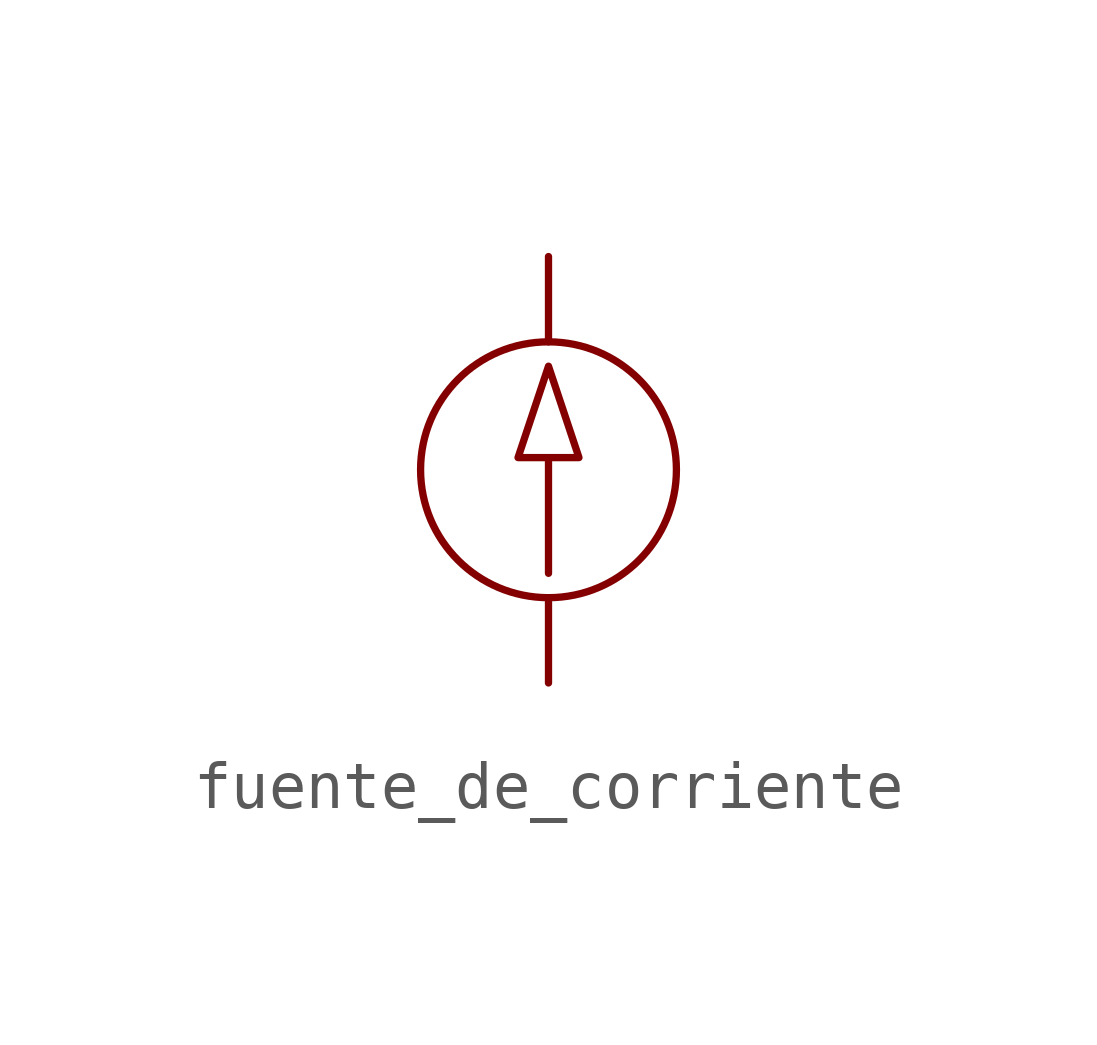
<source format=kicad_sym>
(kicad_symbol_lib
  (version 20231120)
  (generator "kicad_symbol_editor")
  (generator_version "8.0")
  (symbol "fuente_de_corriente"
    (pin_names
      (offset 1.016))
    (property "Reference" "I1"
      (at 3.175 -4.445 0)
      (effects (font (size 2.54 2.54)) (justify left) (hide yes)))
    (symbol "fuente_de_corriente_0_1"
      (circle (center 0 -4.445) (radius 2.667) (stroke (width 0) (type default)) (fill (type none)))
      (polyline (pts (xy 0 -6.604) (xy 0 -4.191) (xy -0.635 -4.191) (xy 0 -2.286) (xy 0.635 -4.191) (xy 0 -4.191)) (stroke (width 0) (type default)) (fill (type none))))
    (symbol "fuente_de_corriente_1_1"
      (pin input line (at 0 -8.89 90) (length 1.778) (name "" (effects (font (size 1.27 1.27)))) (number "" (effects (font (size 1.143 1.143)))))
      (pin input line (at 0 0 270) (length 1.778) (name "" (effects (font (size 1.27 1.27)))) (number "" (effects (font (size 1.143 1.143))))))))
</source>
